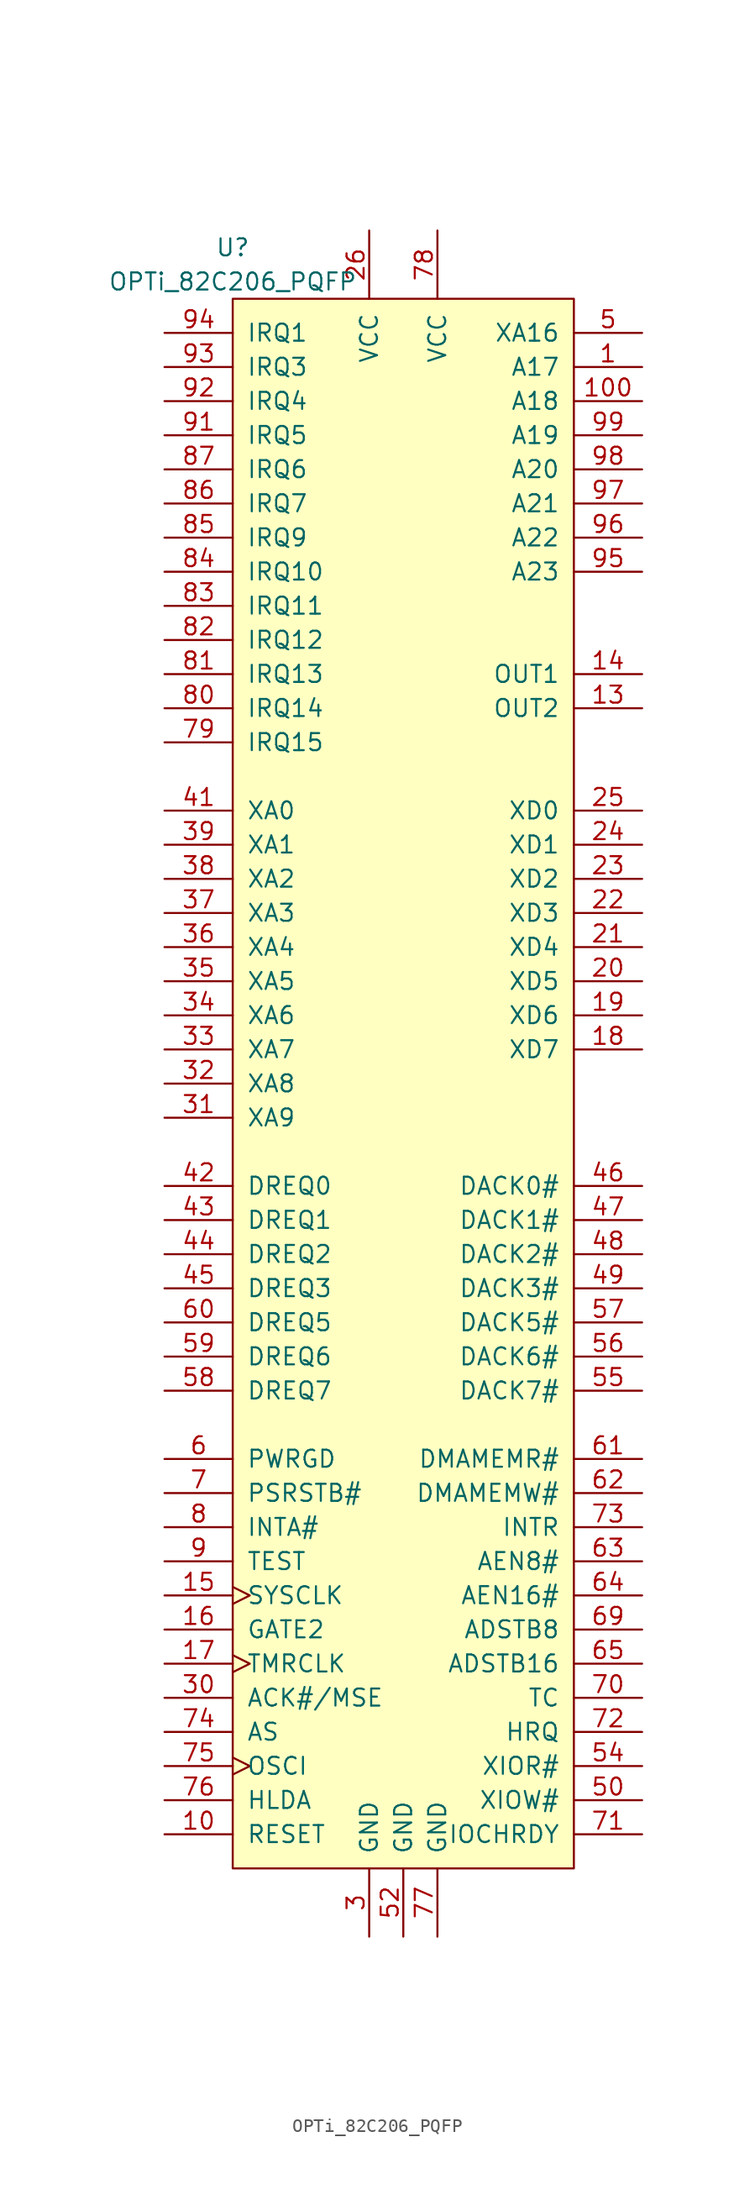
<source format=kicad_sym>
(kicad_symbol_lib
  (version 20211014)
  (generator kicad_symbol_editor)
  (symbol "OPTi_82C206_PQFP"
    (pin_names
      (offset 1.016))
    (property "Reference" "U"
      (at -12.7 62.23 0)
      (effects (font (size 1.27 1.27))))
    (property "Value" "OPTi_82C206_PQFP"
      (at -12.7 59.69 0)
      (effects (font (size 1.27 1.27))))
    (symbol "OPTi_82C206_PQFP_0_1"
      (rectangle (start -12.7 58.42) (end 12.7 -58.42) (stroke (width 0) (type default) (color 0 0 0 0)) (fill (type background))))
    (symbol "OPTi_82C206_PQFP_1_1"
      (pin output line (at 17.78 53.34 180) (length 5.08) (name "A17" (effects (font (size 1.27 1.27)))) (number "1" (effects (font (size 1.27 1.27)))))
      (pin input line (at -17.78 -55.88 0) (length 5.08) (name "RESET" (effects (font (size 1.27 1.27)))) (number "10" (effects (font (size 1.27 1.27)))))
      (pin output line (at 17.78 50.8 180) (length 5.08) (name "A18" (effects (font (size 1.27 1.27)))) (number "100" (effects (font (size 1.27 1.27)))))
      (pin output line (at 17.78 27.94 180) (length 5.08) (name "OUT2" (effects (font (size 1.27 1.27)))) (number "13" (effects (font (size 1.27 1.27)))))
      (pin output line (at 17.78 30.48 180) (length 5.08) (name "OUT1" (effects (font (size 1.27 1.27)))) (number "14" (effects (font (size 1.27 1.27)))))
      (pin input clock (at -17.78 -38.1 0) (length 5.08) (name "SYSCLK" (effects (font (size 1.27 1.27)))) (number "15" (effects (font (size 1.27 1.27)))))
      (pin input line (at -17.78 -40.64 0) (length 5.08) (name "GATE2" (effects (font (size 1.27 1.27)))) (number "16" (effects (font (size 1.27 1.27)))))
      (pin input clock (at -17.78 -43.18 0) (length 5.08) (name "TMRCLK" (effects (font (size 1.27 1.27)))) (number "17" (effects (font (size 1.27 1.27)))))
      (pin bidirectional line (at 17.78 2.54 180) (length 5.08) (name "XD7" (effects (font (size 1.27 1.27)))) (number "18" (effects (font (size 1.27 1.27)))))
      (pin bidirectional line (at 17.78 5.08 180) (length 5.08) (name "XD6" (effects (font (size 1.27 1.27)))) (number "19" (effects (font (size 1.27 1.27)))))
      (pin bidirectional line (at 17.78 7.62 180) (length 5.08) (name "XD5" (effects (font (size 1.27 1.27)))) (number "20" (effects (font (size 1.27 1.27)))))
      (pin bidirectional line (at 17.78 10.16 180) (length 5.08) (name "XD4" (effects (font (size 1.27 1.27)))) (number "21" (effects (font (size 1.27 1.27)))))
      (pin bidirectional line (at 17.78 12.7 180) (length 5.08) (name "XD3" (effects (font (size 1.27 1.27)))) (number "22" (effects (font (size 1.27 1.27)))))
      (pin bidirectional line (at 17.78 15.24 180) (length 5.08) (name "XD2" (effects (font (size 1.27 1.27)))) (number "23" (effects (font (size 1.27 1.27)))))
      (pin bidirectional line (at 17.78 17.78 180) (length 5.08) (name "XD1" (effects (font (size 1.27 1.27)))) (number "24" (effects (font (size 1.27 1.27)))))
      (pin bidirectional line (at 17.78 20.32 180) (length 5.08) (name "XD0" (effects (font (size 1.27 1.27)))) (number "25" (effects (font (size 1.27 1.27)))))
      (pin power_in line (at -2.54 63.5 270) (length 5.08) (name "VCC" (effects (font (size 1.27 1.27)))) (number "26" (effects (font (size 1.27 1.27)))))
      (pin power_in line (at -2.54 -63.5 90) (length 5.08) (name "GND" (effects (font (size 1.27 1.27)))) (number "3" (effects (font (size 1.27 1.27)))))
      (pin input line (at -17.78 -45.72 0) (length 5.08) (name "ACK#/MSE" (effects (font (size 1.27 1.27)))) (number "30" (effects (font (size 1.27 1.27)))))
      (pin input line (at -17.78 -2.54 0) (length 5.08) (name "XA9" (effects (font (size 1.27 1.27)))) (number "31" (effects (font (size 1.27 1.27)))))
      (pin bidirectional line (at -17.78 0 0) (length 5.08) (name "XA8" (effects (font (size 1.27 1.27)))) (number "32" (effects (font (size 1.27 1.27)))))
      (pin bidirectional line (at -17.78 2.54 0) (length 5.08) (name "XA7" (effects (font (size 1.27 1.27)))) (number "33" (effects (font (size 1.27 1.27)))))
      (pin bidirectional line (at -17.78 5.08 0) (length 5.08) (name "XA6" (effects (font (size 1.27 1.27)))) (number "34" (effects (font (size 1.27 1.27)))))
      (pin bidirectional line (at -17.78 7.62 0) (length 5.08) (name "XA5" (effects (font (size 1.27 1.27)))) (number "35" (effects (font (size 1.27 1.27)))))
      (pin bidirectional line (at -17.78 10.16 0) (length 5.08) (name "XA4" (effects (font (size 1.27 1.27)))) (number "36" (effects (font (size 1.27 1.27)))))
      (pin bidirectional line (at -17.78 12.7 0) (length 5.08) (name "XA3" (effects (font (size 1.27 1.27)))) (number "37" (effects (font (size 1.27 1.27)))))
      (pin bidirectional line (at -17.78 15.24 0) (length 5.08) (name "XA2" (effects (font (size 1.27 1.27)))) (number "38" (effects (font (size 1.27 1.27)))))
      (pin bidirectional line (at -17.78 17.78 0) (length 5.08) (name "XA1" (effects (font (size 1.27 1.27)))) (number "39" (effects (font (size 1.27 1.27)))))
      (pin bidirectional line (at -17.78 20.32 0) (length 5.08) (name "XA0" (effects (font (size 1.27 1.27)))) (number "41" (effects (font (size 1.27 1.27)))))
      (pin input line (at -17.78 -7.62 0) (length 5.08) (name "DREQ0" (effects (font (size 1.27 1.27)))) (number "42" (effects (font (size 1.27 1.27)))))
      (pin input line (at -17.78 -10.16 0) (length 5.08) (name "DREQ1" (effects (font (size 1.27 1.27)))) (number "43" (effects (font (size 1.27 1.27)))))
      (pin input line (at -17.78 -12.7 0) (length 5.08) (name "DREQ2" (effects (font (size 1.27 1.27)))) (number "44" (effects (font (size 1.27 1.27)))))
      (pin input line (at -17.78 -15.24 0) (length 5.08) (name "DREQ3" (effects (font (size 1.27 1.27)))) (number "45" (effects (font (size 1.27 1.27)))))
      (pin output line (at 17.78 -7.62 180) (length 5.08) (name "DACK0#" (effects (font (size 1.27 1.27)))) (number "46" (effects (font (size 1.27 1.27)))))
      (pin output line (at 17.78 -10.16 180) (length 5.08) (name "DACK1#" (effects (font (size 1.27 1.27)))) (number "47" (effects (font (size 1.27 1.27)))))
      (pin output line (at 17.78 -12.7 180) (length 5.08) (name "DACK2#" (effects (font (size 1.27 1.27)))) (number "48" (effects (font (size 1.27 1.27)))))
      (pin output line (at 17.78 -15.24 180) (length 5.08) (name "DACK3#" (effects (font (size 1.27 1.27)))) (number "49" (effects (font (size 1.27 1.27)))))
      (pin output line (at 17.78 55.88 180) (length 5.08) (name "XA16" (effects (font (size 1.27 1.27)))) (number "5" (effects (font (size 1.27 1.27)))))
      (pin bidirectional line (at 17.78 -53.34 180) (length 5.08) (name "XIOW#" (effects (font (size 1.27 1.27)))) (number "50" (effects (font (size 1.27 1.27)))))
      (pin power_in line (at 0 -63.5 90) (length 5.08) (name "GND" (effects (font (size 1.27 1.27)))) (number "52" (effects (font (size 1.27 1.27)))))
      (pin bidirectional line (at 17.78 -50.8 180) (length 5.08) (name "XIOR#" (effects (font (size 1.27 1.27)))) (number "54" (effects (font (size 1.27 1.27)))))
      (pin output line (at 17.78 -22.86 180) (length 5.08) (name "DACK7#" (effects (font (size 1.27 1.27)))) (number "55" (effects (font (size 1.27 1.27)))))
      (pin output line (at 17.78 -20.32 180) (length 5.08) (name "DACK6#" (effects (font (size 1.27 1.27)))) (number "56" (effects (font (size 1.27 1.27)))))
      (pin output line (at 17.78 -17.78 180) (length 5.08) (name "DACK5#" (effects (font (size 1.27 1.27)))) (number "57" (effects (font (size 1.27 1.27)))))
      (pin input line (at -17.78 -22.86 0) (length 5.08) (name "DREQ7" (effects (font (size 1.27 1.27)))) (number "58" (effects (font (size 1.27 1.27)))))
      (pin input line (at -17.78 -20.32 0) (length 5.08) (name "DREQ6" (effects (font (size 1.27 1.27)))) (number "59" (effects (font (size 1.27 1.27)))))
      (pin input line (at -17.78 -27.94 0) (length 5.08) (name "PWRGD" (effects (font (size 1.27 1.27)))) (number "6" (effects (font (size 1.27 1.27)))))
      (pin input line (at -17.78 -17.78 0) (length 5.08) (name "DREQ5" (effects (font (size 1.27 1.27)))) (number "60" (effects (font (size 1.27 1.27)))))
      (pin output line (at 17.78 -27.94 180) (length 5.08) (name "DMAMEMR#" (effects (font (size 1.27 1.27)))) (number "61" (effects (font (size 1.27 1.27)))))
      (pin output line (at 17.78 -30.48 180) (length 5.08) (name "DMAMEMW#" (effects (font (size 1.27 1.27)))) (number "62" (effects (font (size 1.27 1.27)))))
      (pin output line (at 17.78 -35.56 180) (length 5.08) (name "AEN8#" (effects (font (size 1.27 1.27)))) (number "63" (effects (font (size 1.27 1.27)))))
      (pin output line (at 17.78 -38.1 180) (length 5.08) (name "AEN16#" (effects (font (size 1.27 1.27)))) (number "64" (effects (font (size 1.27 1.27)))))
      (pin output line (at 17.78 -43.18 180) (length 5.08) (name "ADSTB16" (effects (font (size 1.27 1.27)))) (number "65" (effects (font (size 1.27 1.27)))))
      (pin output line (at 17.78 -40.64 180) (length 5.08) (name "ADSTB8" (effects (font (size 1.27 1.27)))) (number "69" (effects (font (size 1.27 1.27)))))
      (pin input line (at -17.78 -30.48 0) (length 5.08) (name "PSRSTB#" (effects (font (size 1.27 1.27)))) (number "7" (effects (font (size 1.27 1.27)))))
      (pin output line (at 17.78 -45.72 180) (length 5.08) (name "TC" (effects (font (size 1.27 1.27)))) (number "70" (effects (font (size 1.27 1.27)))))
      (pin bidirectional line (at 17.78 -55.88 180) (length 5.08) (name "IOCHRDY" (effects (font (size 1.27 1.27)))) (number "71" (effects (font (size 1.27 1.27)))))
      (pin output line (at 17.78 -48.26 180) (length 5.08) (name "HRQ" (effects (font (size 1.27 1.27)))) (number "72" (effects (font (size 1.27 1.27)))))
      (pin output line (at 17.78 -33.02 180) (length 5.08) (name "INTR" (effects (font (size 1.27 1.27)))) (number "73" (effects (font (size 1.27 1.27)))))
      (pin input line (at -17.78 -48.26 0) (length 5.08) (name "AS" (effects (font (size 1.27 1.27)))) (number "74" (effects (font (size 1.27 1.27)))))
      (pin input clock (at -17.78 -50.8 0) (length 5.08) (name "OSCI" (effects (font (size 1.27 1.27)))) (number "75" (effects (font (size 1.27 1.27)))))
      (pin input line (at -17.78 -53.34 0) (length 5.08) (name "HLDA" (effects (font (size 1.27 1.27)))) (number "76" (effects (font (size 1.27 1.27)))))
      (pin power_in line (at 2.54 -63.5 90) (length 5.08) (name "GND" (effects (font (size 1.27 1.27)))) (number "77" (effects (font (size 1.27 1.27)))))
      (pin power_in line (at 2.54 63.5 270) (length 5.08) (name "VCC" (effects (font (size 1.27 1.27)))) (number "78" (effects (font (size 1.27 1.27)))))
      (pin input line (at -17.78 25.4 0) (length 5.08) (name "IRQ15" (effects (font (size 1.27 1.27)))) (number "79" (effects (font (size 1.27 1.27)))))
      (pin input line (at -17.78 -33.02 0) (length 5.08) (name "INTA#" (effects (font (size 1.27 1.27)))) (number "8" (effects (font (size 1.27 1.27)))))
      (pin input line (at -17.78 27.94 0) (length 5.08) (name "IRQ14" (effects (font (size 1.27 1.27)))) (number "80" (effects (font (size 1.27 1.27)))))
      (pin input line (at -17.78 30.48 0) (length 5.08) (name "IRQ13" (effects (font (size 1.27 1.27)))) (number "81" (effects (font (size 1.27 1.27)))))
      (pin input line (at -17.78 33.02 0) (length 5.08) (name "IRQ12" (effects (font (size 1.27 1.27)))) (number "82" (effects (font (size 1.27 1.27)))))
      (pin input line (at -17.78 35.56 0) (length 5.08) (name "IRQ11" (effects (font (size 1.27 1.27)))) (number "83" (effects (font (size 1.27 1.27)))))
      (pin input line (at -17.78 38.1 0) (length 5.08) (name "IRQ10" (effects (font (size 1.27 1.27)))) (number "84" (effects (font (size 1.27 1.27)))))
      (pin input line (at -17.78 40.64 0) (length 5.08) (name "IRQ9" (effects (font (size 1.27 1.27)))) (number "85" (effects (font (size 1.27 1.27)))))
      (pin input line (at -17.78 43.18 0) (length 5.08) (name "IRQ7" (effects (font (size 1.27 1.27)))) (number "86" (effects (font (size 1.27 1.27)))))
      (pin input line (at -17.78 45.72 0) (length 5.08) (name "IRQ6" (effects (font (size 1.27 1.27)))) (number "87" (effects (font (size 1.27 1.27)))))
      (pin input line (at -17.78 -35.56 0) (length 5.08) (name "TEST" (effects (font (size 1.27 1.27)))) (number "9" (effects (font (size 1.27 1.27)))))
      (pin input line (at -17.78 48.26 0) (length 5.08) (name "IRQ5" (effects (font (size 1.27 1.27)))) (number "91" (effects (font (size 1.27 1.27)))))
      (pin input line (at -17.78 50.8 0) (length 5.08) (name "IRQ4" (effects (font (size 1.27 1.27)))) (number "92" (effects (font (size 1.27 1.27)))))
      (pin input line (at -17.78 53.34 0) (length 5.08) (name "IRQ3" (effects (font (size 1.27 1.27)))) (number "93" (effects (font (size 1.27 1.27)))))
      (pin input line (at -17.78 55.88 0) (length 5.08) (name "IRQ1" (effects (font (size 1.27 1.27)))) (number "94" (effects (font (size 1.27 1.27)))))
      (pin output line (at 17.78 38.1 180) (length 5.08) (name "A23" (effects (font (size 1.27 1.27)))) (number "95" (effects (font (size 1.27 1.27)))))
      (pin output line (at 17.78 40.64 180) (length 5.08) (name "A22" (effects (font (size 1.27 1.27)))) (number "96" (effects (font (size 1.27 1.27)))))
      (pin output line (at 17.78 43.18 180) (length 5.08) (name "A21" (effects (font (size 1.27 1.27)))) (number "97" (effects (font (size 1.27 1.27)))))
      (pin output line (at 17.78 45.72 180) (length 5.08) (name "A20" (effects (font (size 1.27 1.27)))) (number "98" (effects (font (size 1.27 1.27)))))
      (pin output line (at 17.78 48.26 180) (length 5.08) (name "A19" (effects (font (size 1.27 1.27)))) (number "99" (effects (font (size 1.27 1.27))))))))
</source>
